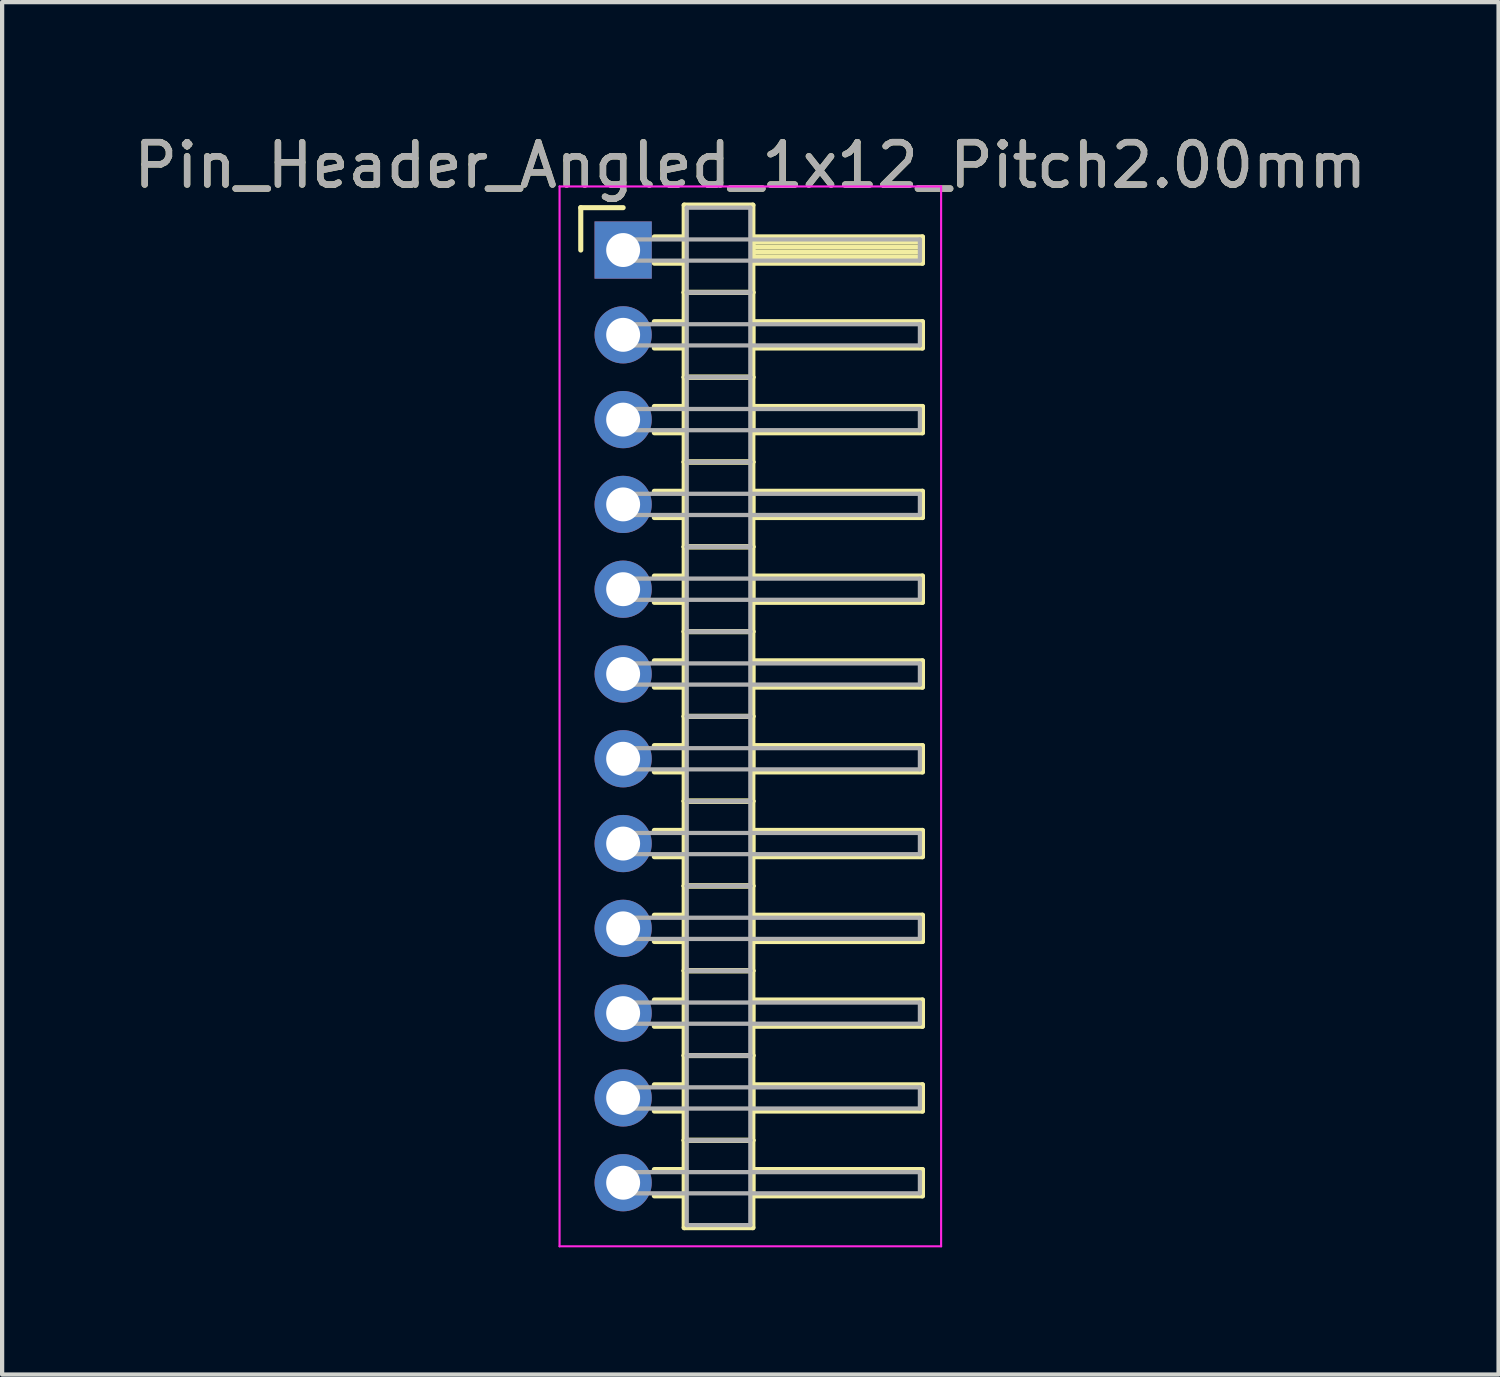
<source format=kicad_pcb>
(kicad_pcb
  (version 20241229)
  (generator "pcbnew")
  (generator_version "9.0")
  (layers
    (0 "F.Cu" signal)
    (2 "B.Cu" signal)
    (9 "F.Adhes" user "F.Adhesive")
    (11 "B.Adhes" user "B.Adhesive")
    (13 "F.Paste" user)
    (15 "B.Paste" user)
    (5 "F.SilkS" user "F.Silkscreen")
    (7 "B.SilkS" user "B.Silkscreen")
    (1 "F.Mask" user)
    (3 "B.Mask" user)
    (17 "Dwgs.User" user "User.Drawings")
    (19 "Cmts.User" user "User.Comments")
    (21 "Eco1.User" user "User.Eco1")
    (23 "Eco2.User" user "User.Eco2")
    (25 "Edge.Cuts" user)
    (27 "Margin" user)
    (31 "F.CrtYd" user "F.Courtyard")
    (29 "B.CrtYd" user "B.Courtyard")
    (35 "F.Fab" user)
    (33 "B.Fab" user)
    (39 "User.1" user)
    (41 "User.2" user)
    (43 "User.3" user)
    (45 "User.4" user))
  (footprint "Pin_Header_Angled_1x12_Pitch2.00mm"
    (layer "F.Cu")
    (at 11.649 2.848)
    (property "Reference" "Pin_Header_Angled_1x12_Pitch2.00mm" (at 3 -2 0) (layer "F.SilkS") (effects (font (size 1 1) (thickness 0.15))))
    (attr through_hole)
    (fp_line (start -1 -1) (end 0 -1) (stroke (width 0.12) (type solid)) (layer "F.SilkS"))
    (fp_line (start -1 0) (end -1 -1) (stroke (width 0.12) (type solid)) (layer "F.SilkS"))
    (fp_line (start 0.735 -0.31) (end 1.44 -0.31) (stroke (width 0.12) (type solid)) (layer "F.SilkS"))
    (fp_line (start 0.735 0.31) (end 1.44 0.31) (stroke (width 0.12) (type solid)) (layer "F.SilkS"))
    (fp_line (start 0.735 1.69) (end 1.44 1.69) (stroke (width 0.12) (type solid)) (layer "F.SilkS"))
    (fp_line (start 0.735 2.31) (end 1.44 2.31) (stroke (width 0.12) (type solid)) (layer "F.SilkS"))
    (fp_line (start 0.735 3.69) (end 1.44 3.69) (stroke (width 0.12) (type solid)) (layer "F.SilkS"))
    (fp_line (start 0.735 4.31) (end 1.44 4.31) (stroke (width 0.12) (type solid)) (layer "F.SilkS"))
    (fp_line (start 0.735 5.69) (end 1.44 5.69) (stroke (width 0.12) (type solid)) (layer "F.SilkS"))
    (fp_line (start 0.735 6.31) (end 1.44 6.31) (stroke (width 0.12) (type solid)) (layer "F.SilkS"))
    (fp_line (start 0.735 7.69) (end 1.44 7.69) (stroke (width 0.12) (type solid)) (layer "F.SilkS"))
    (fp_line (start 0.735 8.31) (end 1.44 8.31) (stroke (width 0.12) (type solid)) (layer "F.SilkS"))
    (fp_line (start 0.735 9.69) (end 1.44 9.69) (stroke (width 0.12) (type solid)) (layer "F.SilkS"))
    (fp_line (start 0.735 10.31) (end 1.44 10.31) (stroke (width 0.12) (type solid)) (layer "F.SilkS"))
    (fp_line (start 0.735 11.69) (end 1.44 11.69) (stroke (width 0.12) (type solid)) (layer "F.SilkS"))
    (fp_line (start 0.735 12.31) (end 1.44 12.31) (stroke (width 0.12) (type solid)) (layer "F.SilkS"))
    (fp_line (start 0.735 13.69) (end 1.44 13.69) (stroke (width 0.12) (type solid)) (layer "F.SilkS"))
    (fp_line (start 0.735 14.31) (end 1.44 14.31) (stroke (width 0.12) (type solid)) (layer "F.SilkS"))
    (fp_line (start 0.735 15.69) (end 1.44 15.69) (stroke (width 0.12) (type solid)) (layer "F.SilkS"))
    (fp_line (start 0.735 16.31) (end 1.44 16.31) (stroke (width 0.12) (type solid)) (layer "F.SilkS"))
    (fp_line (start 0.735 17.69) (end 1.44 17.69) (stroke (width 0.12) (type solid)) (layer "F.SilkS"))
    (fp_line (start 0.735 18.31) (end 1.44 18.31) (stroke (width 0.12) (type solid)) (layer "F.SilkS"))
    (fp_line (start 0.735 19.69) (end 1.44 19.69) (stroke (width 0.12) (type solid)) (layer "F.SilkS"))
    (fp_line (start 0.735 20.31) (end 1.44 20.31) (stroke (width 0.12) (type solid)) (layer "F.SilkS"))
    (fp_line (start 0.735 21.69) (end 1.44 21.69) (stroke (width 0.12) (type solid)) (layer "F.SilkS"))
    (fp_line (start 0.735 22.31) (end 1.44 22.31) (stroke (width 0.12) (type solid)) (layer "F.SilkS"))
    (fp_line (start 1.44 -1.06) (end 1.44 1) (stroke (width 0.12) (type solid)) (layer "F.SilkS"))
    (fp_line (start 1.44 1) (end 1.44 3) (stroke (width 0.12) (type solid)) (layer "F.SilkS"))
    (fp_line (start 1.44 1) (end 3.06 1) (stroke (width 0.12) (type solid)) (layer "F.SilkS"))
    (fp_line (start 1.44 3) (end 1.44 5) (stroke (width 0.12) (type solid)) (layer "F.SilkS"))
    (fp_line (start 1.44 3) (end 3.06 3) (stroke (width 0.12) (type solid)) (layer "F.SilkS"))
    (fp_line (start 1.44 5) (end 1.44 7) (stroke (width 0.12) (type solid)) (layer "F.SilkS"))
    (fp_line (start 1.44 5) (end 3.06 5) (stroke (width 0.12) (type solid)) (layer "F.SilkS"))
    (fp_line (start 1.44 7) (end 1.44 9) (stroke (width 0.12) (type solid)) (layer "F.SilkS"))
    (fp_line (start 1.44 7) (end 3.06 7) (stroke (width 0.12) (type solid)) (layer "F.SilkS"))
    (fp_line (start 1.44 9) (end 1.44 11) (stroke (width 0.12) (type solid)) (layer "F.SilkS"))
    (fp_line (start 1.44 9) (end 3.06 9) (stroke (width 0.12) (type solid)) (layer "F.SilkS"))
    (fp_line (start 1.44 11) (end 1.44 13) (stroke (width 0.12) (type solid)) (layer "F.SilkS"))
    (fp_line (start 1.44 11) (end 3.06 11) (stroke (width 0.12) (type solid)) (layer "F.SilkS"))
    (fp_line (start 1.44 13) (end 1.44 15) (stroke (width 0.12) (type solid)) (layer "F.SilkS"))
    (fp_line (start 1.44 13) (end 3.06 13) (stroke (width 0.12) (type solid)) (layer "F.SilkS"))
    (fp_line (start 1.44 15) (end 1.44 17) (stroke (width 0.12) (type solid)) (layer "F.SilkS"))
    (fp_line (start 1.44 15) (end 3.06 15) (stroke (width 0.12) (type solid)) (layer "F.SilkS"))
    (fp_line (start 1.44 17) (end 1.44 19) (stroke (width 0.12) (type solid)) (layer "F.SilkS"))
    (fp_line (start 1.44 17) (end 3.06 17) (stroke (width 0.12) (type solid)) (layer "F.SilkS"))
    (fp_line (start 1.44 19) (end 1.44 21) (stroke (width 0.12) (type solid)) (layer "F.SilkS"))
    (fp_line (start 1.44 19) (end 3.06 19) (stroke (width 0.12) (type solid)) (layer "F.SilkS"))
    (fp_line (start 1.44 21) (end 1.44 23.06) (stroke (width 0.12) (type solid)) (layer "F.SilkS"))
    (fp_line (start 1.44 21) (end 3.06 21) (stroke (width 0.12) (type solid)) (layer "F.SilkS"))
    (fp_line (start 1.44 23.06) (end 3.06 23.06) (stroke (width 0.12) (type solid)) (layer "F.SilkS"))
    (fp_line (start 3.06 -1.06) (end 1.44 -1.06) (stroke (width 0.12) (type solid)) (layer "F.SilkS"))
    (fp_line (start 3.06 -0.31) (end 3.06 0.31) (stroke (width 0.12) (type solid)) (layer "F.SilkS"))
    (fp_line (start 3.06 -0.19) (end 7.06 -0.19) (stroke (width 0.12) (type solid)) (layer "F.SilkS"))
    (fp_line (start 3.06 -0.07) (end 7.06 -0.07) (stroke (width 0.12) (type solid)) (layer "F.SilkS"))
    (fp_line (start 3.06 0.05) (end 7.06 0.05) (stroke (width 0.12) (type solid)) (layer "F.SilkS"))
    (fp_line (start 3.06 0.17) (end 7.06 0.17) (stroke (width 0.12) (type solid)) (layer "F.SilkS"))
    (fp_line (start 3.06 0.29) (end 7.06 0.29) (stroke (width 0.12) (type solid)) (layer "F.SilkS"))
    (fp_line (start 3.06 0.31) (end 7.06 0.31) (stroke (width 0.12) (type solid)) (layer "F.SilkS"))
    (fp_line (start 3.06 1) (end 1.44 1) (stroke (width 0.12) (type solid)) (layer "F.SilkS"))
    (fp_line (start 3.06 1) (end 3.06 -1.06) (stroke (width 0.12) (type solid)) (layer "F.SilkS"))
    (fp_line (start 3.06 1.69) (end 3.06 2.31) (stroke (width 0.12) (type solid)) (layer "F.SilkS"))
    (fp_line (start 3.06 2.31) (end 7.06 2.31) (stroke (width 0.12) (type solid)) (layer "F.SilkS"))
    (fp_line (start 3.06 3) (end 1.44 3) (stroke (width 0.12) (type solid)) (layer "F.SilkS"))
    (fp_line (start 3.06 3) (end 3.06 1) (stroke (width 0.12) (type solid)) (layer "F.SilkS"))
    (fp_line (start 3.06 3.69) (end 3.06 4.31) (stroke (width 0.12) (type solid)) (layer "F.SilkS"))
    (fp_line (start 3.06 4.31) (end 7.06 4.31) (stroke (width 0.12) (type solid)) (layer "F.SilkS"))
    (fp_line (start 3.06 5) (end 1.44 5) (stroke (width 0.12) (type solid)) (layer "F.SilkS"))
    (fp_line (start 3.06 5) (end 3.06 3) (stroke (width 0.12) (type solid)) (layer "F.SilkS"))
    (fp_line (start 3.06 5.69) (end 3.06 6.31) (stroke (width 0.12) (type solid)) (layer "F.SilkS"))
    (fp_line (start 3.06 6.31) (end 7.06 6.31) (stroke (width 0.12) (type solid)) (layer "F.SilkS"))
    (fp_line (start 3.06 7) (end 1.44 7) (stroke (width 0.12) (type solid)) (layer "F.SilkS"))
    (fp_line (start 3.06 7) (end 3.06 5) (stroke (width 0.12) (type solid)) (layer "F.SilkS"))
    (fp_line (start 3.06 7.69) (end 3.06 8.31) (stroke (width 0.12) (type solid)) (layer "F.SilkS"))
    (fp_line (start 3.06 8.31) (end 7.06 8.31) (stroke (width 0.12) (type solid)) (layer "F.SilkS"))
    (fp_line (start 3.06 9) (end 1.44 9) (stroke (width 0.12) (type solid)) (layer "F.SilkS"))
    (fp_line (start 3.06 9) (end 3.06 7) (stroke (width 0.12) (type solid)) (layer "F.SilkS"))
    (fp_line (start 3.06 9.69) (end 3.06 10.31) (stroke (width 0.12) (type solid)) (layer "F.SilkS"))
    (fp_line (start 3.06 10.31) (end 7.06 10.31) (stroke (width 0.12) (type solid)) (layer "F.SilkS"))
    (fp_line (start 3.06 11) (end 1.44 11) (stroke (width 0.12) (type solid)) (layer "F.SilkS"))
    (fp_line (start 3.06 11) (end 3.06 9) (stroke (width 0.12) (type solid)) (layer "F.SilkS"))
    (fp_line (start 3.06 11.69) (end 3.06 12.31) (stroke (width 0.12) (type solid)) (layer "F.SilkS"))
    (fp_line (start 3.06 12.31) (end 7.06 12.31) (stroke (width 0.12) (type solid)) (layer "F.SilkS"))
    (fp_line (start 3.06 13) (end 1.44 13) (stroke (width 0.12) (type solid)) (layer "F.SilkS"))
    (fp_line (start 3.06 13) (end 3.06 11) (stroke (width 0.12) (type solid)) (layer "F.SilkS"))
    (fp_line (start 3.06 13.69) (end 3.06 14.31) (stroke (width 0.12) (type solid)) (layer "F.SilkS"))
    (fp_line (start 3.06 14.31) (end 7.06 14.31) (stroke (width 0.12) (type solid)) (layer "F.SilkS"))
    (fp_line (start 3.06 15) (end 1.44 15) (stroke (width 0.12) (type solid)) (layer "F.SilkS"))
    (fp_line (start 3.06 15) (end 3.06 13) (stroke (width 0.12) (type solid)) (layer "F.SilkS"))
    (fp_line (start 3.06 15.69) (end 3.06 16.31) (stroke (width 0.12) (type solid)) (layer "F.SilkS"))
    (fp_line (start 3.06 16.31) (end 7.06 16.31) (stroke (width 0.12) (type solid)) (layer "F.SilkS"))
    (fp_line (start 3.06 17) (end 1.44 17) (stroke (width 0.12) (type solid)) (layer "F.SilkS"))
    (fp_line (start 3.06 17) (end 3.06 15) (stroke (width 0.12) (type solid)) (layer "F.SilkS"))
    (fp_line (start 3.06 17.69) (end 3.06 18.31) (stroke (width 0.12) (type solid)) (layer "F.SilkS"))
    (fp_line (start 3.06 18.31) (end 7.06 18.31) (stroke (width 0.12) (type solid)) (layer "F.SilkS"))
    (fp_line (start 3.06 19) (end 1.44 19) (stroke (width 0.12) (type solid)) (layer "F.SilkS"))
    (fp_line (start 3.06 19) (end 3.06 17) (stroke (width 0.12) (type solid)) (layer "F.SilkS"))
    (fp_line (start 3.06 19.69) (end 3.06 20.31) (stroke (width 0.12) (type solid)) (layer "F.SilkS"))
    (fp_line (start 3.06 20.31) (end 7.06 20.31) (stroke (width 0.12) (type solid)) (layer "F.SilkS"))
    (fp_line (start 3.06 21) (end 1.44 21) (stroke (width 0.12) (type solid)) (layer "F.SilkS"))
    (fp_line (start 3.06 21) (end 3.06 19) (stroke (width 0.12) (type solid)) (layer "F.SilkS"))
    (fp_line (start 3.06 21.69) (end 3.06 22.31) (stroke (width 0.12) (type solid)) (layer "F.SilkS"))
    (fp_line (start 3.06 22.31) (end 7.06 22.31) (stroke (width 0.12) (type solid)) (layer "F.SilkS"))
    (fp_line (start 3.06 23.06) (end 3.06 21) (stroke (width 0.12) (type solid)) (layer "F.SilkS"))
    (fp_line (start 7.06 -0.31) (end 3.06 -0.31) (stroke (width 0.12) (type solid)) (layer "F.SilkS"))
    (fp_line (start 7.06 0.31) (end 7.06 -0.31) (stroke (width 0.12) (type solid)) (layer "F.SilkS"))
    (fp_line (start 7.06 1.69) (end 3.06 1.69) (stroke (width 0.12) (type solid)) (layer "F.SilkS"))
    (fp_line (start 7.06 2.31) (end 7.06 1.69) (stroke (width 0.12) (type solid)) (layer "F.SilkS"))
    (fp_line (start 7.06 3.69) (end 3.06 3.69) (stroke (width 0.12) (type solid)) (layer "F.SilkS"))
    (fp_line (start 7.06 4.31) (end 7.06 3.69) (stroke (width 0.12) (type solid)) (layer "F.SilkS"))
    (fp_line (start 7.06 5.69) (end 3.06 5.69) (stroke (width 0.12) (type solid)) (layer "F.SilkS"))
    (fp_line (start 7.06 6.31) (end 7.06 5.69) (stroke (width 0.12) (type solid)) (layer "F.SilkS"))
    (fp_line (start 7.06 7.69) (end 3.06 7.69) (stroke (width 0.12) (type solid)) (layer "F.SilkS"))
    (fp_line (start 7.06 8.31) (end 7.06 7.69) (stroke (width 0.12) (type solid)) (layer "F.SilkS"))
    (fp_line (start 7.06 9.69) (end 3.06 9.69) (stroke (width 0.12) (type solid)) (layer "F.SilkS"))
    (fp_line (start 7.06 10.31) (end 7.06 9.69) (stroke (width 0.12) (type solid)) (layer "F.SilkS"))
    (fp_line (start 7.06 11.69) (end 3.06 11.69) (stroke (width 0.12) (type solid)) (layer "F.SilkS"))
    (fp_line (start 7.06 12.31) (end 7.06 11.69) (stroke (width 0.12) (type solid)) (layer "F.SilkS"))
    (fp_line (start 7.06 13.69) (end 3.06 13.69) (stroke (width 0.12) (type solid)) (layer "F.SilkS"))
    (fp_line (start 7.06 14.31) (end 7.06 13.69) (stroke (width 0.12) (type solid)) (layer "F.SilkS"))
    (fp_line (start 7.06 15.69) (end 3.06 15.69) (stroke (width 0.12) (type solid)) (layer "F.SilkS"))
    (fp_line (start 7.06 16.31) (end 7.06 15.69) (stroke (width 0.12) (type solid)) (layer "F.SilkS"))
    (fp_line (start 7.06 17.69) (end 3.06 17.69) (stroke (width 0.12) (type solid)) (layer "F.SilkS"))
    (fp_line (start 7.06 18.31) (end 7.06 17.69) (stroke (width 0.12) (type solid)) (layer "F.SilkS"))
    (fp_line (start 7.06 19.69) (end 3.06 19.69) (stroke (width 0.12) (type solid)) (layer "F.SilkS"))
    (fp_line (start 7.06 20.31) (end 7.06 19.69) (stroke (width 0.12) (type solid)) (layer "F.SilkS"))
    (fp_line (start 7.06 21.69) (end 3.06 21.69) (stroke (width 0.12) (type solid)) (layer "F.SilkS"))
    (fp_line (start 7.06 22.31) (end 7.06 21.69) (stroke (width 0.12) (type solid)) (layer "F.SilkS"))
    (fp_line (start -1.5 -1.5) (end -1.5 23.5) (stroke (width 0.05) (type solid)) (layer "F.CrtYd"))
    (fp_line (start -1.5 23.5) (end 7.5 23.5) (stroke (width 0.05) (type solid)) (layer "F.CrtYd"))
    (fp_line (start 7.5 -1.5) (end -1.5 -1.5) (stroke (width 0.05) (type solid)) (layer "F.CrtYd"))
    (fp_line (start 7.5 23.5) (end 7.5 -1.5) (stroke (width 0.05) (type solid)) (layer "F.CrtYd"))
    (fp_line (start 0 -0.25) (end 0 0.25) (stroke (width 0.1) (type solid)) (layer "F.Fab"))
    (fp_line (start 0 0.25) (end 7 0.25) (stroke (width 0.1) (type solid)) (layer "F.Fab"))
    (fp_line (start 0 1.75) (end 0 2.25) (stroke (width 0.1) (type solid)) (layer "F.Fab"))
    (fp_line (start 0 2.25) (end 7 2.25) (stroke (width 0.1) (type solid)) (layer "F.Fab"))
    (fp_line (start 0 3.75) (end 0 4.25) (stroke (width 0.1) (type solid)) (layer "F.Fab"))
    (fp_line (start 0 4.25) (end 7 4.25) (stroke (width 0.1) (type solid)) (layer "F.Fab"))
    (fp_line (start 0 5.75) (end 0 6.25) (stroke (width 0.1) (type solid)) (layer "F.Fab"))
    (fp_line (start 0 6.25) (end 7 6.25) (stroke (width 0.1) (type solid)) (layer "F.Fab"))
    (fp_line (start 0 7.75) (end 0 8.25) (stroke (width 0.1) (type solid)) (layer "F.Fab"))
    (fp_line (start 0 8.25) (end 7 8.25) (stroke (width 0.1) (type solid)) (layer "F.Fab"))
    (fp_line (start 0 9.75) (end 0 10.25) (stroke (width 0.1) (type solid)) (layer "F.Fab"))
    (fp_line (start 0 10.25) (end 7 10.25) (stroke (width 0.1) (type solid)) (layer "F.Fab"))
    (fp_line (start 0 11.75) (end 0 12.25) (stroke (width 0.1) (type solid)) (layer "F.Fab"))
    (fp_line (start 0 12.25) (end 7 12.25) (stroke (width 0.1) (type solid)) (layer "F.Fab"))
    (fp_line (start 0 13.75) (end 0 14.25) (stroke (width 0.1) (type solid)) (layer "F.Fab"))
    (fp_line (start 0 14.25) (end 7 14.25) (stroke (width 0.1) (type solid)) (layer "F.Fab"))
    (fp_line (start 0 15.75) (end 0 16.25) (stroke (width 0.1) (type solid)) (layer "F.Fab"))
    (fp_line (start 0 16.25) (end 7 16.25) (stroke (width 0.1) (type solid)) (layer "F.Fab"))
    (fp_line (start 0 17.75) (end 0 18.25) (stroke (width 0.1) (type solid)) (layer "F.Fab"))
    (fp_line (start 0 18.25) (end 7 18.25) (stroke (width 0.1) (type solid)) (layer "F.Fab"))
    (fp_line (start 0 19.75) (end 0 20.25) (stroke (width 0.1) (type solid)) (layer "F.Fab"))
    (fp_line (start 0 20.25) (end 7 20.25) (stroke (width 0.1) (type solid)) (layer "F.Fab"))
    (fp_line (start 0 21.75) (end 0 22.25) (stroke (width 0.1) (type solid)) (layer "F.Fab"))
    (fp_line (start 0 22.25) (end 7 22.25) (stroke (width 0.1) (type solid)) (layer "F.Fab"))
    (fp_line (start 1.5 -1) (end 1.5 1) (stroke (width 0.1) (type solid)) (layer "F.Fab"))
    (fp_line (start 1.5 1) (end 1.5 3) (stroke (width 0.1) (type solid)) (layer "F.Fab"))
    (fp_line (start 1.5 1) (end 3 1) (stroke (width 0.1) (type solid)) (layer "F.Fab"))
    (fp_line (start 1.5 3) (end 1.5 5) (stroke (width 0.1) (type solid)) (layer "F.Fab"))
    (fp_line (start 1.5 3) (end 3 3) (stroke (width 0.1) (type solid)) (layer "F.Fab"))
    (fp_line (start 1.5 5) (end 1.5 7) (stroke (width 0.1) (type solid)) (layer "F.Fab"))
    (fp_line (start 1.5 5) (end 3 5) (stroke (width 0.1) (type solid)) (layer "F.Fab"))
    (fp_line (start 1.5 7) (end 1.5 9) (stroke (width 0.1) (type solid)) (layer "F.Fab"))
    (fp_line (start 1.5 7) (end 3 7) (stroke (width 0.1) (type solid)) (layer "F.Fab"))
    (fp_line (start 1.5 9) (end 1.5 11) (stroke (width 0.1) (type solid)) (layer "F.Fab"))
    (fp_line (start 1.5 9) (end 3 9) (stroke (width 0.1) (type solid)) (layer "F.Fab"))
    (fp_line (start 1.5 11) (end 1.5 13) (stroke (width 0.1) (type solid)) (layer "F.Fab"))
    (fp_line (start 1.5 11) (end 3 11) (stroke (width 0.1) (type solid)) (layer "F.Fab"))
    (fp_line (start 1.5 13) (end 1.5 15) (stroke (width 0.1) (type solid)) (layer "F.Fab"))
    (fp_line (start 1.5 13) (end 3 13) (stroke (width 0.1) (type solid)) (layer "F.Fab"))
    (fp_line (start 1.5 15) (end 1.5 17) (stroke (width 0.1) (type solid)) (layer "F.Fab"))
    (fp_line (start 1.5 15) (end 3 15) (stroke (width 0.1) (type solid)) (layer "F.Fab"))
    (fp_line (start 1.5 17) (end 1.5 19) (stroke (width 0.1) (type solid)) (layer "F.Fab"))
    (fp_line (start 1.5 17) (end 3 17) (stroke (width 0.1) (type solid)) (layer "F.Fab"))
    (fp_line (start 1.5 19) (end 1.5 21) (stroke (width 0.1) (type solid)) (layer "F.Fab"))
    (fp_line (start 1.5 19) (end 3 19) (stroke (width 0.1) (type solid)) (layer "F.Fab"))
    (fp_line (start 1.5 21) (end 1.5 23) (stroke (width 0.1) (type solid)) (layer "F.Fab"))
    (fp_line (start 1.5 21) (end 3 21) (stroke (width 0.1) (type solid)) (layer "F.Fab"))
    (fp_line (start 1.5 23) (end 3 23) (stroke (width 0.1) (type solid)) (layer "F.Fab"))
    (fp_line (start 3 -1) (end 1.5 -1) (stroke (width 0.1) (type solid)) (layer "F.Fab"))
    (fp_line (start 3 1) (end 1.5 1) (stroke (width 0.1) (type solid)) (layer "F.Fab"))
    (fp_line (start 3 1) (end 3 -1) (stroke (width 0.1) (type solid)) (layer "F.Fab"))
    (fp_line (start 3 3) (end 1.5 3) (stroke (width 0.1) (type solid)) (layer "F.Fab"))
    (fp_line (start 3 3) (end 3 1) (stroke (width 0.1) (type solid)) (layer "F.Fab"))
    (fp_line (start 3 5) (end 1.5 5) (stroke (width 0.1) (type solid)) (layer "F.Fab"))
    (fp_line (start 3 5) (end 3 3) (stroke (width 0.1) (type solid)) (layer "F.Fab"))
    (fp_line (start 3 7) (end 1.5 7) (stroke (width 0.1) (type solid)) (layer "F.Fab"))
    (fp_line (start 3 7) (end 3 5) (stroke (width 0.1) (type solid)) (layer "F.Fab"))
    (fp_line (start 3 9) (end 1.5 9) (stroke (width 0.1) (type solid)) (layer "F.Fab"))
    (fp_line (start 3 9) (end 3 7) (stroke (width 0.1) (type solid)) (layer "F.Fab"))
    (fp_line (start 3 11) (end 1.5 11) (stroke (width 0.1) (type solid)) (layer "F.Fab"))
    (fp_line (start 3 11) (end 3 9) (stroke (width 0.1) (type solid)) (layer "F.Fab"))
    (fp_line (start 3 13) (end 1.5 13) (stroke (width 0.1) (type solid)) (layer "F.Fab"))
    (fp_line (start 3 13) (end 3 11) (stroke (width 0.1) (type solid)) (layer "F.Fab"))
    (fp_line (start 3 15) (end 1.5 15) (stroke (width 0.1) (type solid)) (layer "F.Fab"))
    (fp_line (start 3 15) (end 3 13) (stroke (width 0.1) (type solid)) (layer "F.Fab"))
    (fp_line (start 3 17) (end 1.5 17) (stroke (width 0.1) (type solid)) (layer "F.Fab"))
    (fp_line (start 3 17) (end 3 15) (stroke (width 0.1) (type solid)) (layer "F.Fab"))
    (fp_line (start 3 19) (end 1.5 19) (stroke (width 0.1) (type solid)) (layer "F.Fab"))
    (fp_line (start 3 19) (end 3 17) (stroke (width 0.1) (type solid)) (layer "F.Fab"))
    (fp_line (start 3 21) (end 1.5 21) (stroke (width 0.1) (type solid)) (layer "F.Fab"))
    (fp_line (start 3 21) (end 3 19) (stroke (width 0.1) (type solid)) (layer "F.Fab"))
    (fp_line (start 3 23) (end 3 21) (stroke (width 0.1) (type solid)) (layer "F.Fab"))
    (fp_line (start 7 -0.25) (end 0 -0.25) (stroke (width 0.1) (type solid)) (layer "F.Fab"))
    (fp_line (start 7 0.25) (end 7 -0.25) (stroke (width 0.1) (type solid)) (layer "F.Fab"))
    (fp_line (start 7 1.75) (end 0 1.75) (stroke (width 0.1) (type solid)) (layer "F.Fab"))
    (fp_line (start 7 2.25) (end 7 1.75) (stroke (width 0.1) (type solid)) (layer "F.Fab"))
    (fp_line (start 7 3.75) (end 0 3.75) (stroke (width 0.1) (type solid)) (layer "F.Fab"))
    (fp_line (start 7 4.25) (end 7 3.75) (stroke (width 0.1) (type solid)) (layer "F.Fab"))
    (fp_line (start 7 5.75) (end 0 5.75) (stroke (width 0.1) (type solid)) (layer "F.Fab"))
    (fp_line (start 7 6.25) (end 7 5.75) (stroke (width 0.1) (type solid)) (layer "F.Fab"))
    (fp_line (start 7 7.75) (end 0 7.75) (stroke (width 0.1) (type solid)) (layer "F.Fab"))
    (fp_line (start 7 8.25) (end 7 7.75) (stroke (width 0.1) (type solid)) (layer "F.Fab"))
    (fp_line (start 7 9.75) (end 0 9.75) (stroke (width 0.1) (type solid)) (layer "F.Fab"))
    (fp_line (start 7 10.25) (end 7 9.75) (stroke (width 0.1) (type solid)) (layer "F.Fab"))
    (fp_line (start 7 11.75) (end 0 11.75) (stroke (width 0.1) (type solid)) (layer "F.Fab"))
    (fp_line (start 7 12.25) (end 7 11.75) (stroke (width 0.1) (type solid)) (layer "F.Fab"))
    (fp_line (start 7 13.75) (end 0 13.75) (stroke (width 0.1) (type solid)) (layer "F.Fab"))
    (fp_line (start 7 14.25) (end 7 13.75) (stroke (width 0.1) (type solid)) (layer "F.Fab"))
    (fp_line (start 7 15.75) (end 0 15.75) (stroke (width 0.1) (type solid)) (layer "F.Fab"))
    (fp_line (start 7 16.25) (end 7 15.75) (stroke (width 0.1) (type solid)) (layer "F.Fab"))
    (fp_line (start 7 17.75) (end 0 17.75) (stroke (width 0.1) (type solid)) (layer "F.Fab"))
    (fp_line (start 7 18.25) (end 7 17.75) (stroke (width 0.1) (type solid)) (layer "F.Fab"))
    (fp_line (start 7 19.75) (end 0 19.75) (stroke (width 0.1) (type solid)) (layer "F.Fab"))
    (fp_line (start 7 20.25) (end 7 19.75) (stroke (width 0.1) (type solid)) (layer "F.Fab"))
    (fp_line (start 7 21.75) (end 0 21.75) (stroke (width 0.1) (type solid)) (layer "F.Fab"))
    (fp_line (start 7 22.25) (end 7 21.75) (stroke (width 0.1) (type solid)) (layer "F.Fab"))
    (fp_text user "${REFERENCE}" (at 3 -2 0) (layer "F.Fab") (effects (font (size 1 1) (thickness 0.15))))
    (pad "1" thru_hole rect (at 0 0) (size 1.35 1.35) (drill 0.8) (layers "*.Cu" "*.Mask"))
    (pad "2" thru_hole oval (at 0 2) (size 1.35 1.35) (drill 0.8) (layers "*.Cu" "*.Mask"))
    (pad "3" thru_hole oval (at 0 4) (size 1.35 1.35) (drill 0.8) (layers "*.Cu" "*.Mask"))
    (pad "4" thru_hole oval (at 0 6) (size 1.35 1.35) (drill 0.8) (layers "*.Cu" "*.Mask"))
    (pad "5" thru_hole oval (at 0 8) (size 1.35 1.35) (drill 0.8) (layers "*.Cu" "*.Mask"))
    (pad "6" thru_hole oval (at 0 10) (size 1.35 1.35) (drill 0.8) (layers "*.Cu" "*.Mask"))
    (pad "7" thru_hole oval (at 0 12) (size 1.35 1.35) (drill 0.8) (layers "*.Cu" "*.Mask"))
    (pad "8" thru_hole oval (at 0 14) (size 1.35 1.35) (drill 0.8) (layers "*.Cu" "*.Mask"))
    (pad "9" thru_hole oval (at 0 16) (size 1.35 1.35) (drill 0.8) (layers "*.Cu" "*.Mask"))
    (pad "10" thru_hole oval (at 0 18) (size 1.35 1.35) (drill 0.8) (layers "*.Cu" "*.Mask"))
    (pad "11" thru_hole oval (at 0 20) (size 1.35 1.35) (drill 0.8) (layers "*.Cu" "*.Mask"))
    (pad "12" thru_hole oval (at 0 22) (size 1.35 1.35) (drill 0.8) (layers "*.Cu" "*.Mask")))
  (gr_rect
    (start -3 -3)
    (end 32.298 29.373)
    (stroke (width 0.1) (type default))
    (fill no)
    (layer "Edge.Cuts")))
</source>
